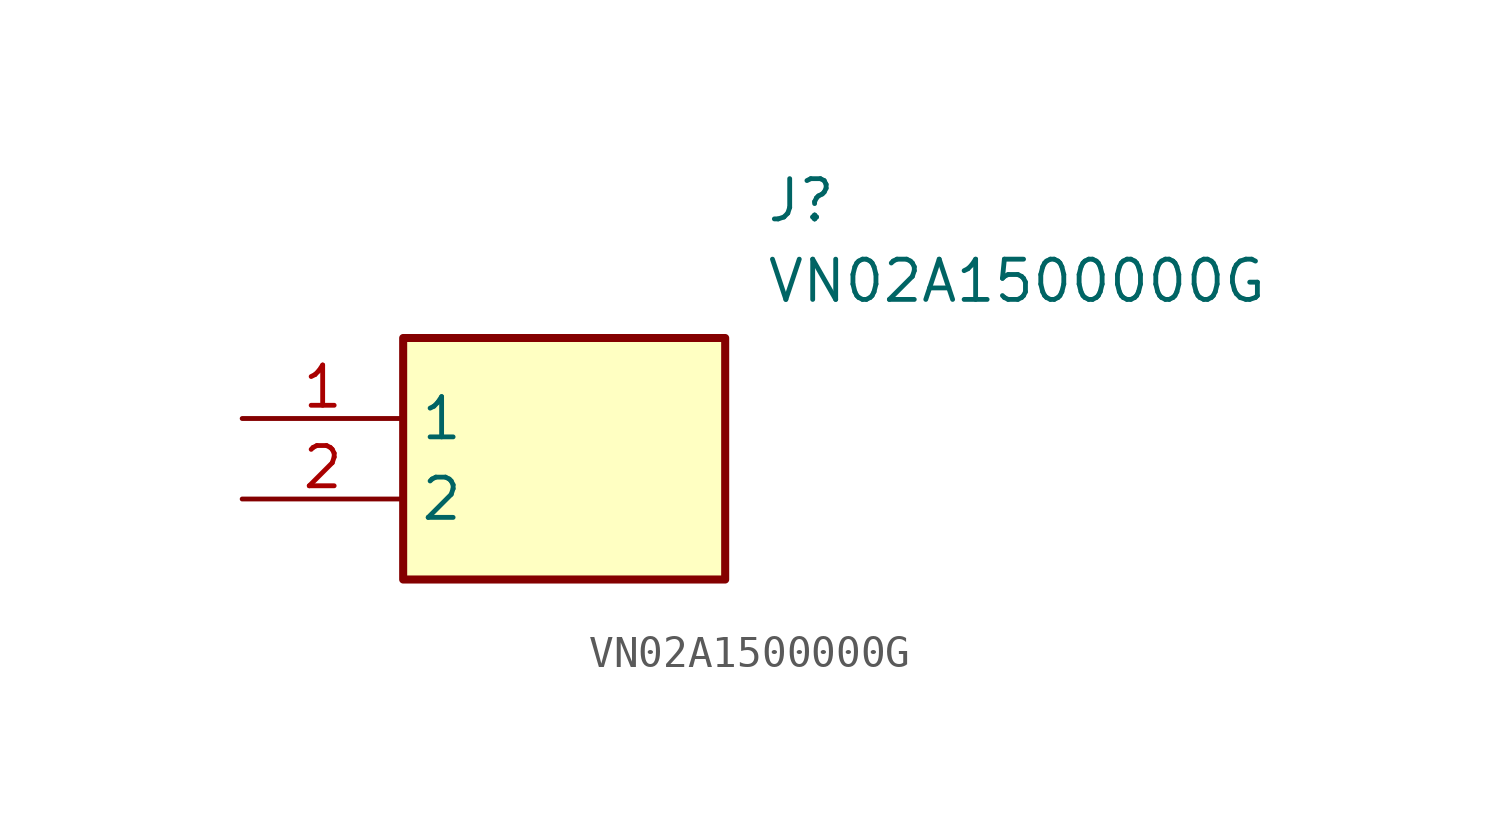
<source format=kicad_sym>
(kicad_symbol_lib
  (version 20211014)
  (generator SamacSys_ECAD_Model)
  (symbol "VN02A1500000G"
    (property "Reference" "J"
      (at 16.51 7.62 0)
      (effects (font (size 1.27 1.27)) (justify left top)))
    (property "Value" "VN02A1500000G"
      (at 16.51 5.08 0)
      (effects (font (size 1.27 1.27)) (justify left top)))
    (rectangle
      (start 5.08 2.54)
      (end 15.24 -5.08)
      (stroke (width 0.254) (type default))
      (fill (type background)))
    (pin passive line
      (at 0 0 0)
      (length 5.08)
      (name "1" (effects (font (size 1.27 1.27))))
      (number "1" (effects (font (size 1.27 1.27)))))
    (pin passive line
      (at 0 -2.54 0)
      (length 5.08)
      (name "2" (effects (font (size 1.27 1.27))))
      (number "2" (effects (font (size 1.27 1.27)))))))
</source>
